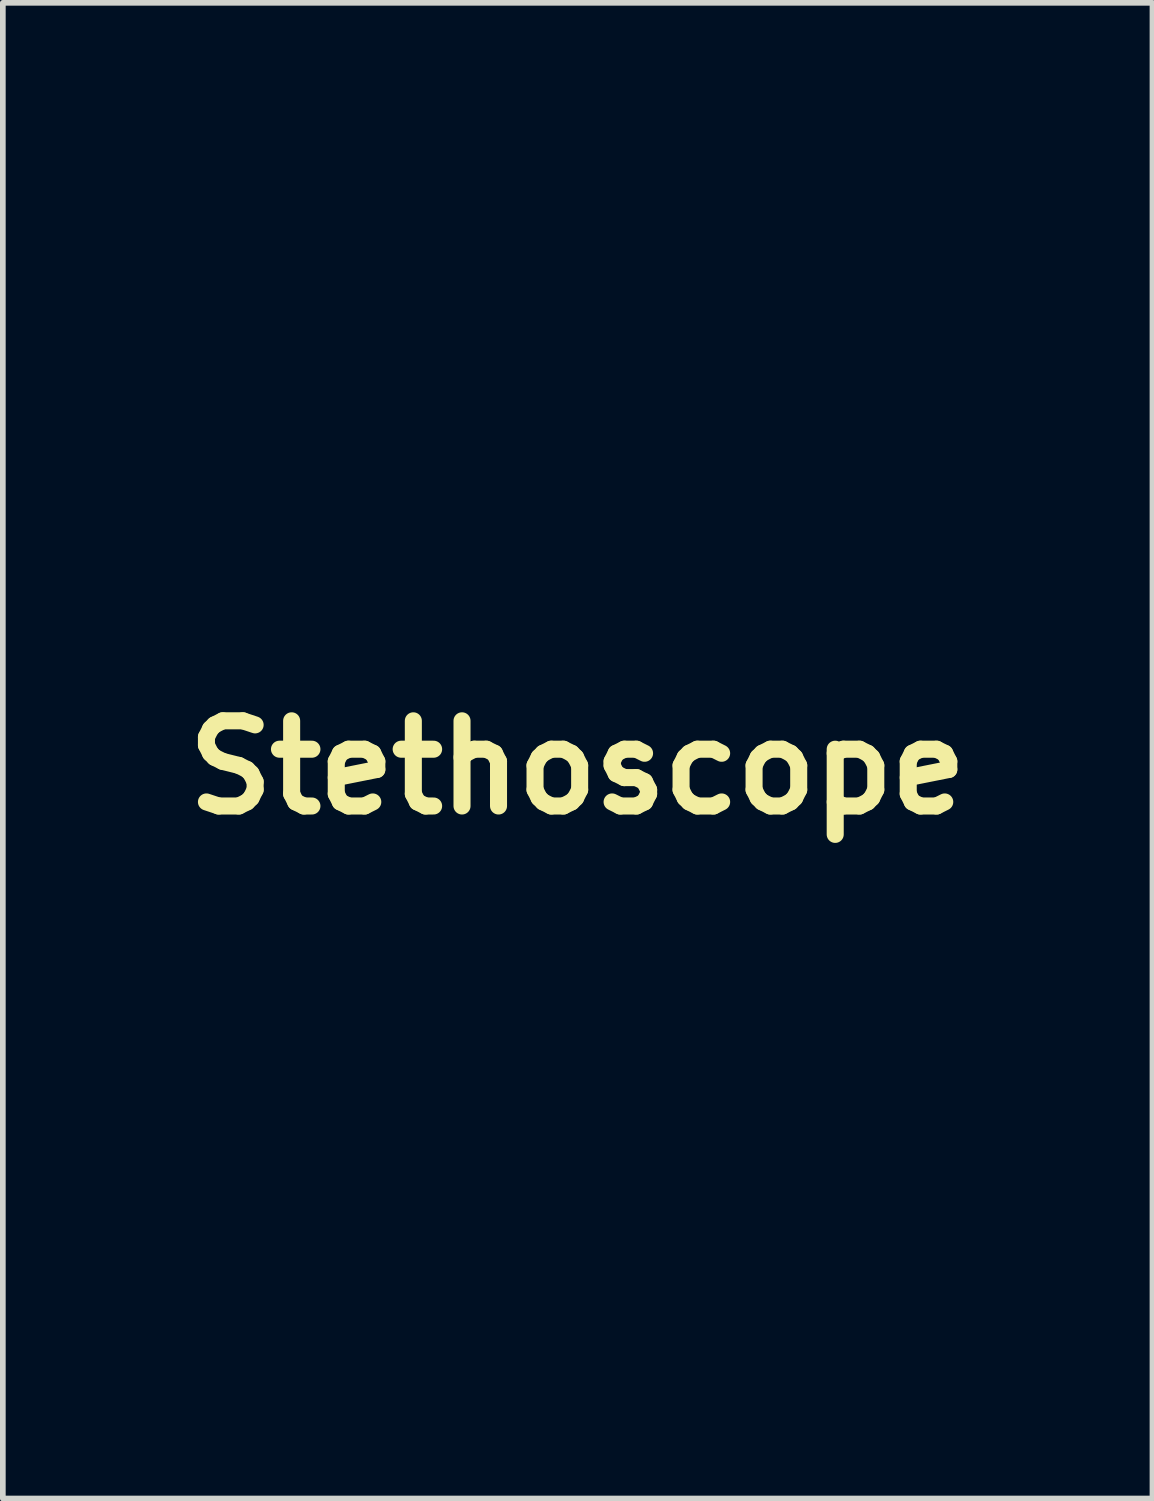
<source format=kicad_pcb>
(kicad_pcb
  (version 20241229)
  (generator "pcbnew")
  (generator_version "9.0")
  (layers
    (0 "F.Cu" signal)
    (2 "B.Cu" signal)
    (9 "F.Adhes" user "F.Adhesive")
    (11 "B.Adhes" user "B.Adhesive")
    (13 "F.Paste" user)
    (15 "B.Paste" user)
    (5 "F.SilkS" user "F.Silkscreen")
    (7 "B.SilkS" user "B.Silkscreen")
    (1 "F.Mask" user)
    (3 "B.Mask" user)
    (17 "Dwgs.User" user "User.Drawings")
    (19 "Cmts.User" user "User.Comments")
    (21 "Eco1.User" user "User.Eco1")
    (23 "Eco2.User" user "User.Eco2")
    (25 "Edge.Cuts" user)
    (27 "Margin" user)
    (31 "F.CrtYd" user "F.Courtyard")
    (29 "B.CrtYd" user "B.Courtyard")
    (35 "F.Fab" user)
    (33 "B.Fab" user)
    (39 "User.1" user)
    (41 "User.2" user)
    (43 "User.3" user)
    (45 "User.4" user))
  (footprint "Stethoscope"
    (layer "F.Cu")
    (at 7.121 10.464)
    (property "Reference" "Stethoscope" (at 0 0 0) (layer "F.SilkS") (effects (font (size 1.5 1.5) (thickness 0.3))))
    (attr board_only exclude_from_pos_files exclude_from_bom)
    (fp_poly (pts (xy 1.489 -10.449) (xy 1.596 -10.412) (xy 1.632 -10.396) (xy 1.751 -10.328) (xy 1.845 -10.25) (xy 1.929 -10.146) (xy 2.015 -10.003) (xy 2.061 -9.917) (xy 2.161 -9.703) (xy 2.249 -9.472) (xy 2.327 -9.214) (xy 2.398 -8.92) (xy 2.466 -8.578) (xy 2.528 -8.204) (xy 2.555 -8.032) (xy 2.582 -7.868) (xy 2.607 -7.733) (xy 2.624 -7.646) (xy 2.649 -7.527) (xy 2.68 -7.357) (xy 2.716 -7.153) (xy 2.755 -6.931) (xy 2.792 -6.704) (xy 2.826 -6.489) (xy 2.842 -6.383) (xy 2.867 -6.224) (xy 2.892 -6.115) (xy 2.921 -6.043) (xy 2.958 -5.992) (xy 2.971 -5.979) (xy 3.028 -5.912) (xy 3.054 -5.85) (xy 3.054 -5.848) (xy 3.057 -5.711) (xy 3.059 -5.529) (xy 3.06 -5.312) (xy 3.059 -5.069) (xy 3.057 -4.809) (xy 3.054 -4.542) (xy 3.05 -4.276) (xy 3.046 -4.021) (xy 3.041 -3.787) (xy 3.036 -3.581) (xy 3.03 -3.414) (xy 3.024 -3.295) (xy 3.018 -3.236) (xy 2.939 -2.894) (xy 2.823 -2.595) (xy 2.663 -2.321) (xy 2.45 -2.057) (xy 2.351 -1.953) (xy 2.058 -1.659) (xy 2.112 -1.363) (xy 2.13 -1.26) (xy 2.145 -1.165) (xy 2.159 -1.071) (xy 2.171 -0.968) (xy 2.182 -0.847) (xy 2.194 -0.702) (xy 2.206 -0.522) (xy 2.22 -0.299) (xy 2.237 -0.025) (xy 2.25 0.197) (xy 2.268 0.512) (xy 2.279 0.778) (xy 2.285 1.01) (xy 2.285 1.224) (xy 2.279 1.436) (xy 2.269 1.662) (xy 2.268 1.669) (xy 2.234 2.272) (xy 2.587 2.621) (xy 2.938 2.997) (xy 3.265 3.408) (xy 3.58 3.87) (xy 3.603 3.907) (xy 3.694 4.059) (xy 3.799 4.247) (xy 3.912 4.458) (xy 4.027 4.678) (xy 4.135 4.894) (xy 4.23 5.092) (xy 4.305 5.258) (xy 4.349 5.366) (xy 4.387 5.465) (xy 4.42 5.539) (xy 4.432 5.562) (xy 4.45 5.6) (xy 4.486 5.686) (xy 4.537 5.811) (xy 4.598 5.961) (xy 4.664 6.125) (xy 4.73 6.292) (xy 4.792 6.45) (xy 4.845 6.586) (xy 4.884 6.689) (xy 4.9 6.734) (xy 4.921 6.763) (xy 4.967 6.779) (xy 5.054 6.787) (xy 5.175 6.788) (xy 5.459 6.817) (xy 5.72 6.905) (xy 5.952 7.046) (xy 6.151 7.236) (xy 6.312 7.472) (xy 6.43 7.749) (xy 6.502 8.061) (xy 6.502 8.062) (xy 6.519 8.327) (xy 6.501 8.596) (xy 6.449 8.845) (xy 6.398 8.987) (xy 6.248 9.248) (xy 6.052 9.469) (xy 5.818 9.646) (xy 5.556 9.774) (xy 5.273 9.851) (xy 4.978 9.872) (xy 4.68 9.833) (xy 4.603 9.812) (xy 4.317 9.698) (xy 4.065 9.537) (xy 3.852 9.337) (xy 3.683 9.106) (xy 3.563 8.851) (xy 3.496 8.578) (xy 3.489 8.335) (xy 3.606 8.335) (xy 3.636 8.625) (xy 3.726 8.887) (xy 3.876 9.123) (xy 4.085 9.33) (xy 4.354 9.511) (xy 4.374 9.521) (xy 4.595 9.628) (xy 4.792 9.69) (xy 4.983 9.709) (xy 5.188 9.69) (xy 5.257 9.677) (xy 5.519 9.591) (xy 5.76 9.452) (xy 5.967 9.272) (xy 6.13 9.058) (xy 6.186 8.95) (xy 6.231 8.833) (xy 6.276 8.681) (xy 6.314 8.524) (xy 6.319 8.498) (xy 6.345 8.354) (xy 6.357 8.248) (xy 6.354 8.152) (xy 6.337 8.039) (xy 6.32 7.957) (xy 6.284 7.81) (xy 6.241 7.667) (xy 6.199 7.557) (xy 6.195 7.55) (xy 6.108 7.411) (xy 5.986 7.269) (xy 5.848 7.142) (xy 5.715 7.052) (xy 5.698 7.044) (xy 5.573 6.996) (xy 5.425 6.959) (xy 5.278 6.935) (xy 5.156 6.93) (xy 5.108 6.936) (xy 5.045 6.968) (xy 5.024 7.027) (xy 5.044 7.12) (xy 5.102 7.251) (xy 5.162 7.352) (xy 5.22 7.408) (xy 5.29 7.434) (xy 5.454 7.497) (xy 5.608 7.602) (xy 5.733 7.733) (xy 5.795 7.839) (xy 5.827 7.962) (xy 5.84 8.111) (xy 5.832 8.258) (xy 5.804 8.375) (xy 5.795 8.394) (xy 5.69 8.533) (xy 5.539 8.647) (xy 5.361 8.727) (xy 5.174 8.76) (xy 5.152 8.761) (xy 4.966 8.734) (xy 4.788 8.658) (xy 4.639 8.544) (xy 4.572 8.461) (xy 4.518 8.365) (xy 4.49 8.273) (xy 4.48 8.154) (xy 4.479 8.106) (xy 4.48 8.094) (xy 4.564 8.094) (xy 4.585 8.256) (xy 4.628 8.353) (xy 4.721 8.465) (xy 4.841 8.531) (xy 5 8.557) (xy 5.108 8.556) (xy 5.251 8.54) (xy 5.361 8.503) (xy 5.44 8.456) (xy 5.569 8.331) (xy 5.647 8.179) (xy 5.671 8.015) (xy 5.638 7.85) (xy 5.592 7.761) (xy 5.521 7.69) (xy 5.411 7.618) (xy 5.286 7.557) (xy 5.171 7.52) (xy 5.126 7.515) (xy 5.025 7.537) (xy 4.902 7.593) (xy 4.78 7.67) (xy 4.683 7.755) (xy 4.662 7.781) (xy 4.59 7.928) (xy 4.564 8.094) (xy 4.48 8.094) (xy 4.485 7.974) (xy 4.505 7.88) (xy 4.548 7.794) (xy 4.571 7.758) (xy 4.663 7.623) (xy 4.596 7.444) (xy 4.532 7.291) (xy 4.471 7.198) (xy 4.401 7.161) (xy 4.314 7.178) (xy 4.196 7.247) (xy 4.107 7.312) (xy 3.899 7.507) (xy 3.744 7.739) (xy 3.646 8.001) (xy 3.606 8.288) (xy 3.606 8.335) (xy 3.489 8.335) (xy 3.488 8.296) (xy 3.503 8.183) (xy 3.569 7.938) (xy 3.679 7.699) (xy 3.823 7.479) (xy 3.992 7.292) (xy 4.176 7.152) (xy 4.259 7.108) (xy 4.341 7.064) (xy 4.391 7.023) (xy 4.397 7.01) (xy 4.384 6.961) (xy 4.347 6.859) (xy 4.288 6.711) (xy 4.209 6.521) (xy 4.114 6.297) (xy 4.005 6.045) (xy 3.93 5.874) (xy 3.671 5.312) (xy 3.408 4.79) (xy 3.143 4.314) (xy 2.881 3.892) (xy 2.625 3.528) (xy 2.625 3.528) (xy 2.503 3.372) (xy 2.394 3.241) (xy 2.303 3.141) (xy 2.237 3.08) (xy 2.202 3.062) (xy 2.197 3.07) (xy 2.19 3.12) (xy 2.174 3.205) (xy 2.168 3.232) (xy 2.148 3.327) (xy 2.121 3.461) (xy 2.092 3.609) (xy 2.086 3.643) (xy 2.011 3.982) (xy 1.921 4.297) (xy 1.812 4.597) (xy 1.678 4.889) (xy 1.516 5.182) (xy 1.32 5.485) (xy 1.085 5.808) (xy 0.808 6.158) (xy 0.606 6.399) (xy 0.452 6.571) (xy 0.27 6.758) (xy 0.073 6.948) (xy -0.125 7.128) (xy -0.311 7.286) (xy -0.471 7.41) (xy -0.509 7.436) (xy -0.983 7.716) (xy -1.489 7.942) (xy -2.019 8.11) (xy -2.215 8.156) (xy -2.362 8.187) (xy -2.506 8.218) (xy -2.617 8.243) (xy -2.625 8.245) (xy -2.707 8.256) (xy -2.841 8.266) (xy -3.011 8.274) (xy -3.203 8.279) (xy -3.347 8.281) (xy -3.562 8.281) (xy -3.727 8.278) (xy -3.855 8.271) (xy -3.963 8.259) (xy -4.066 8.239) (xy -4.178 8.211) (xy -4.237 8.195) (xy -4.587 8.077) (xy -4.931 7.926) (xy -5.254 7.749) (xy -5.539 7.554) (xy -5.746 7.377) (xy -5.968 7.127) (xy -6.175 6.826) (xy -6.361 6.49) (xy -6.518 6.134) (xy -6.639 5.771) (xy -6.718 5.418) (xy -6.725 5.371) (xy -6.745 5.169) (xy -6.755 4.96) (xy -6.656 4.96) (xy -6.632 5.249) (xy -6.577 5.533) (xy -6.488 5.833) (xy -6.401 6.071) (xy -6.199 6.504) (xy -5.955 6.888) (xy -5.669 7.222) (xy -5.34 7.505) (xy -4.971 7.738) (xy -4.56 7.919) (xy -4.11 8.047) (xy -3.889 8.089) (xy -3.696 8.111) (xy -3.461 8.122) (xy -3.203 8.123) (xy -2.944 8.116) (xy -2.707 8.099) (xy -2.511 8.073) (xy -2.51 8.073) (xy -1.982 7.944) (xy -1.467 7.752) (xy -0.969 7.499) (xy -0.49 7.188) (xy -0.036 6.819) (xy 0.322 6.469) (xy 0.728 6.013) (xy 1.072 5.566) (xy 1.359 5.12) (xy 1.591 4.671) (xy 1.773 4.211) (xy 1.906 3.735) (xy 1.988 3.287) (xy 2.009 3.111) (xy 2.015 2.989) (xy 2.003 2.913) (xy 1.97 2.871) (xy 1.915 2.856) (xy 1.887 2.855) (xy 1.817 2.869) (xy 1.77 2.92) (xy 1.739 3.018) (xy 1.725 3.101) (xy 1.696 3.269) (xy 1.649 3.477) (xy 1.591 3.703) (xy 1.527 3.927) (xy 1.463 4.127) (xy 1.411 4.267) (xy 1.259 4.593) (xy 1.069 4.941) (xy 0.85 5.291) (xy 0.615 5.628) (xy 0.375 5.933) (xy 0.172 6.158) (xy -0.013 6.336) (xy -0.234 6.529) (xy -0.467 6.717) (xy -0.689 6.882) (xy -0.765 6.934) (xy -1.19 7.196) (xy -1.599 7.402) (xy -2.005 7.557) (xy -2.42 7.664) (xy -2.856 7.728) (xy -3.326 7.751) (xy -3.397 7.752) (xy -3.732 7.743) (xy -4.02 7.716) (xy -4.274 7.668) (xy -4.511 7.597) (xy -4.675 7.53) (xy -4.962 7.372) (xy -5.24 7.16) (xy -5.502 6.904) (xy -5.739 6.615) (xy -5.941 6.305) (xy -6.101 5.984) (xy -6.208 5.663) (xy -6.22 5.609) (xy -6.242 5.482) (xy -6.262 5.31) (xy -6.279 5.116) (xy -6.29 4.922) (xy -6.29 4.906) (xy -6.295 4.628) (xy -6.287 4.479) (xy -6.117 4.479) (xy -6.116 4.66) (xy -6.115 4.709) (xy -6.111 4.931) (xy -6.102 5.108) (xy -6.084 5.262) (xy -6.058 5.414) (xy -6.025 5.558) (xy -5.893 5.979) (xy -5.709 6.365) (xy -5.474 6.713) (xy -5.193 7.017) (xy -4.878 7.268) (xy -4.729 7.352) (xy -4.539 7.434) (xy -4.332 7.507) (xy -4.132 7.56) (xy -4.036 7.577) (xy -3.905 7.597) (xy -3.788 7.615) (xy -3.712 7.627) (xy -3.708 7.628) (xy -3.628 7.634) (xy -3.498 7.635) (xy -3.333 7.632) (xy -3.149 7.626) (xy -2.96 7.617) (xy -2.782 7.605) (xy -2.631 7.592) (xy -2.527 7.579) (xy -2.18 7.498) (xy -1.804 7.364) (xy -1.406 7.18) (xy -1.05 6.984) (xy -0.558 6.66) (xy -0.121 6.301) (xy 0.265 5.905) (xy 0.463 5.661) (xy 0.561 5.531) (xy 0.652 5.411) (xy 0.724 5.317) (xy 0.759 5.271) (xy 0.829 5.165) (xy 0.915 5.012) (xy 1.01 4.825) (xy 1.108 4.619) (xy 1.201 4.409) (xy 1.283 4.209) (xy 1.347 4.033) (xy 1.358 3.997) (xy 1.45 3.681) (xy 1.528 3.371) (xy 1.587 3.083) (xy 1.623 2.834) (xy 1.628 2.789) (xy 1.646 2.576) (xy 1.274 2.371) (xy 1.116 2.282) (xy 0.961 2.195) (xy 0.829 2.12) (xy 0.738 2.067) (xy 0.399 1.884) (xy 0.06 1.736) (xy -0.265 1.628) (xy -0.509 1.574) (xy -0.688 1.554) (xy -0.913 1.542) (xy -1.171 1.538) (xy -1.446 1.541) (xy -1.724 1.551) (xy -1.992 1.567) (xy -2.234 1.589) (xy -2.436 1.616) (xy -2.56 1.641) (xy -2.649 1.662) (xy -2.776 1.69) (xy -2.916 1.72) (xy -2.93 1.723) (xy -3.288 1.812) (xy -3.662 1.933) (xy -4.032 2.078) (xy -4.377 2.239) (xy -4.659 2.397) (xy -4.967 2.614) (xy -5.257 2.87) (xy -5.521 3.152) (xy -5.748 3.449) (xy -5.929 3.751) (xy -6.029 3.973) (xy -6.064 4.072) (xy -6.089 4.157) (xy -6.105 4.243) (xy -6.113 4.345) (xy -6.117 4.479) (xy -6.287 4.479) (xy -6.283 4.396) (xy -6.252 4.193) (xy -6.198 3.999) (xy -6.118 3.798) (xy -6.076 3.706) (xy -5.86 3.305) (xy -5.614 2.957) (xy -5.332 2.654) (xy -5.006 2.387) (xy -4.626 2.15) (xy -4.479 2.072) (xy -4.338 2.007) (xy -4.156 1.933) (xy -3.951 1.856) (xy -3.742 1.783) (xy -3.547 1.72) (xy -3.383 1.674) (xy -3.314 1.658) (xy -3.227 1.639) (xy -3.1 1.611) (xy -2.96 1.579) (xy -2.937 1.574) (xy -2.722 1.53) (xy -2.46 1.488) (xy -2.17 1.451) (xy -1.872 1.419) (xy -1.583 1.395) (xy -1.323 1.381) (xy -1.183 1.379) (xy -0.713 1.405) (xy -0.274 1.483) (xy 0.117 1.606) (xy 0.235 1.657) (xy 0.396 1.734) (xy 0.589 1.832) (xy 0.803 1.945) (xy 1.027 2.065) (xy 1.249 2.189) (xy 1.46 2.308) (xy 1.647 2.417) (xy 1.799 2.511) (xy 1.906 2.583) (xy 1.921 2.594) (xy 2.223 2.858) (xy 2.527 3.185) (xy 2.831 3.573) (xy 3.133 4.02) (xy 3.432 4.524) (xy 3.726 5.081) (xy 4.014 5.691) (xy 4.282 6.317) (xy 4.339 6.457) (xy 4.392 6.586) (xy 4.433 6.682) (xy 4.446 6.711) (xy 4.475 6.781) (xy 4.522 6.895) (xy 4.579 7.037) (xy 4.629 7.162) (xy 4.692 7.31) (xy 4.748 7.425) (xy 4.791 7.496) (xy 4.814 7.515) (xy 4.875 7.5) (xy 4.931 7.474) (xy 4.989 7.442) (xy 5.013 7.43) (xy 5.004 7.4) (xy 4.972 7.321) (xy 4.921 7.202) (xy 4.856 7.053) (xy 4.805 6.937) (xy 4.719 6.741) (xy 4.628 6.535) (xy 4.543 6.342) (xy 4.473 6.181) (xy 4.454 6.137) (xy 4.21 5.584) (xy 3.983 5.088) (xy 3.77 4.646) (xy 3.567 4.252) (xy 3.372 3.902) (xy 3.181 3.59) (xy 2.992 3.312) (xy 2.802 3.064) (xy 2.608 2.839) (xy 2.406 2.634) (xy 2.207 2.453) (xy 1.718 2.077) (xy 1.2 1.759) (xy 0.657 1.501) (xy 0.091 1.302) (xy -0.495 1.164) (xy -1.099 1.087) (xy -1.718 1.072) (xy -2.349 1.119) (xy -2.822 1.195) (xy -3.207 1.276) (xy -3.545 1.36) (xy -3.854 1.452) (xy -4.152 1.559) (xy -4.457 1.687) (xy -4.644 1.772) (xy -4.896 1.896) (xy -5.105 2.014) (xy -5.288 2.14) (xy -5.463 2.285) (xy -5.651 2.464) (xy -5.678 2.491) (xy -5.976 2.821) (xy -6.215 3.149) (xy -6.397 3.486) (xy -6.528 3.842) (xy -6.612 4.224) (xy -6.652 4.645) (xy -6.652 4.645) (xy -6.656 4.96) (xy -6.755 4.96) (xy -6.756 4.933) (xy -6.758 4.685) (xy -6.752 4.448) (xy -6.736 4.244) (xy -6.726 4.168) (xy -6.658 3.882) (xy -6.547 3.574) (xy -6.399 3.261) (xy -6.225 2.961) (xy -6.033 2.691) (xy -5.895 2.531) (xy -5.587 2.247) (xy -5.223 1.983) (xy -4.811 1.743) (xy -4.358 1.53) (xy -3.871 1.347) (xy -3.359 1.197) (xy -2.829 1.082) (xy -2.288 1.006) (xy -2.067 0.987) (xy -1.417 0.971) (xy -0.786 1.018) (xy -0.173 1.127) (xy 0.377 1.284) (xy 0.539 1.344) (xy 0.731 1.423) (xy 0.937 1.515) (xy 1.143 1.612) (xy 1.332 1.707) (xy 1.489 1.792) (xy 1.588 1.853) (xy 1.681 1.907) (xy 1.738 1.914) (xy 1.75 1.906) (xy 1.762 1.862) (xy 1.771 1.763) (xy 1.778 1.619) (xy 1.783 1.441) (xy 1.786 1.24) (xy 1.787 1.025) (xy 1.785 0.808) (xy 1.781 0.598) (xy 1.774 0.407) (xy 1.766 0.245) (xy 1.755 0.122) (xy 1.749 0.082) (xy 1.732 -0.033) (xy 1.71 -0.196) (xy 1.687 -0.387) (xy 1.665 -0.588) (xy 1.656 -0.673) (xy 1.635 -0.866) (xy 1.612 -1.05) (xy 1.589 -1.208) (xy 1.569 -1.325) (xy 1.561 -1.362) (xy 1.519 -1.526) (xy 1.306 -1.547) (xy 1.169 -1.57) (xy 1.02 -1.616) (xy 0.841 -1.689) (xy 0.748 -1.732) (xy 0.593 -1.807) (xy 0.454 -1.881) (xy 0.326 -1.959) (xy 0.204 -2.045) (xy 0.084 -2.145) (xy -0.041 -2.264) (xy -0.175 -2.407) (xy -0.323 -2.579) (xy -0.49 -2.785) (xy -0.68 -3.029) (xy -0.9 -3.318) (xy -1.114 -3.602) (xy -1.195 -3.706) (xy -1.262 -3.788) (xy -1.304 -3.834) (xy -1.313 -3.84) (xy -1.347 -3.859) (xy -1.414 -3.91) (xy -1.471 -3.957) (xy -1.567 -4.063) (xy -1.607 -4.159) (xy -1.509 -4.159) (xy -1.484 -4.128) (xy -1.42 -4.075) (xy -1.355 -4.028) (xy -1.248 -3.948) (xy -1.147 -3.863) (xy -1.106 -3.823) (xy -1.054 -3.763) (xy -0.973 -3.66) (xy -0.871 -3.528) (xy -0.758 -3.378) (xy -0.642 -3.222) (xy -0.533 -3.071) (xy -0.438 -2.938) (xy -0.369 -2.837) (xy -0.287 -2.728) (xy -0.169 -2.594) (xy -0.032 -2.449) (xy 0.109 -2.309) (xy 0.239 -2.191) (xy 0.314 -2.132) (xy 0.517 -2) (xy 0.745 -1.882) (xy 0.982 -1.784) (xy 1.21 -1.714) (xy 1.412 -1.677) (xy 1.485 -1.674) (xy 1.576 -1.664) (xy 1.626 -1.628) (xy 1.641 -1.6) (xy 1.656 -1.544) (xy 1.675 -1.435) (xy 1.698 -1.285) (xy 1.722 -1.107) (xy 1.742 -0.952) (xy 1.767 -0.741) (xy 1.792 -0.531) (xy 1.815 -0.34) (xy 1.833 -0.185) (xy 1.842 -0.115) (xy 1.85 -0.012) (xy 1.858 0.145) (xy 1.864 0.344) (xy 1.87 0.574) (xy 1.874 0.824) (xy 1.875 1.082) (xy 1.875 1.091) (xy 1.878 2.034) (xy 1.964 2.099) (xy 2.04 2.15) (xy 2.082 2.156) (xy 2.104 2.115) (xy 2.112 2.076) (xy 2.127 1.964) (xy 2.138 1.8) (xy 2.147 1.598) (xy 2.152 1.372) (xy 2.154 1.135) (xy 2.152 0.902) (xy 2.146 0.686) (xy 2.137 0.502) (xy 2.136 0.492) (xy 2.106 0.12) (xy 2.075 -0.244) (xy 2.043 -0.588) (xy 2.01 -0.902) (xy 1.979 -1.173) (xy 1.95 -1.392) (xy 1.948 -1.408) (xy 1.898 -1.749) (xy 2.04 -1.874) (xy 2.121 -1.942) (xy 2.181 -1.988) (xy 2.204 -2) (xy 2.232 -2.026) (xy 2.289 -2.092) (xy 2.365 -2.187) (xy 2.405 -2.24) (xy 2.565 -2.487) (xy 2.697 -2.769) (xy 2.805 -3.095) (xy 2.855 -3.296) (xy 2.876 -3.395) (xy 2.893 -3.484) (xy 2.905 -3.575) (xy 2.914 -3.677) (xy 2.919 -3.799) (xy 2.921 -3.951) (xy 2.921 -4.143) (xy 2.919 -4.385) (xy 2.917 -4.576) (xy 2.915 -4.827) (xy 2.914 -5.063) (xy 2.916 -5.274) (xy 2.919 -5.45) (xy 2.924 -5.582) (xy 2.93 -5.66) (xy 2.932 -5.667) (xy 2.941 -5.758) (xy 2.92 -5.816) (xy 2.86 -5.847) (xy 2.753 -5.854) (xy 2.609 -5.845) (xy 2.379 -5.825) (xy 2.382 -5.709) (xy 2.404 -5.603) (xy 2.456 -5.488) (xy 2.471 -5.463) (xy 2.531 -5.36) (xy 2.578 -5.245) (xy 2.614 -5.11) (xy 2.64 -4.945) (xy 2.658 -4.744) (xy 2.668 -4.495) (xy 2.672 -4.192) (xy 2.673 -4.118) (xy 2.673 -3.876) (xy 2.672 -3.689) (xy 2.669 -3.547) (xy 2.663 -3.439) (xy 2.653 -3.355) (xy 2.639 -3.284) (xy 2.618 -3.216) (xy 2.59 -3.14) (xy 2.585 -3.127) (xy 2.481 -2.866) (xy 2.381 -2.659) (xy 2.278 -2.497) (xy 2.165 -2.368) (xy 2.035 -2.263) (xy 1.896 -2.179) (xy 1.783 -2.121) (xy 1.696 -2.084) (xy 1.612 -2.063) (xy 1.511 -2.054) (xy 1.371 -2.052) (xy 1.328 -2.051) (xy 1.173 -2.053) (xy 1.061 -2.06) (xy 0.971 -2.078) (xy 0.882 -2.111) (xy 0.774 -2.162) (xy 0.662 -2.224) (xy 0.547 -2.304) (xy 0.418 -2.41) (xy 0.262 -2.552) (xy 0.155 -2.654) (xy -0.109 -2.922) (xy -0.327 -3.167) (xy -0.507 -3.403) (xy -0.66 -3.642) (xy -0.77 -3.844) (xy -0.843 -3.993) (xy -0.887 -4.1) (xy -0.908 -4.181) (xy -0.911 -4.251) (xy -0.908 -4.278) (xy -0.9 -4.397) (xy -0.919 -4.468) (xy -0.97 -4.492) (xy -1.06 -4.472) (xy -1.195 -4.411) (xy -1.231 -4.392) (xy -1.386 -4.3) (xy -1.479 -4.222) (xy -1.509 -4.159) (xy -1.607 -4.159) (xy -1.61 -4.166) (xy -1.596 -4.256) (xy -1.571 -4.29) (xy -1.561 -4.326) (xy -1.586 -4.389) (xy -1.648 -4.488) (xy -1.681 -4.535) (xy -1.81 -4.718) (xy -1.916 -4.871) (xy -2.009 -5.008) (xy -2.097 -5.145) (xy -2.192 -5.296) (xy -2.301 -5.476) (xy -2.418 -5.67) (xy -2.657 -6.062) (xy -2.869 -6.4) (xy -3.059 -6.688) (xy -3.228 -6.932) (xy -3.258 -6.974) (xy -3.407 -7.195) (xy -3.549 -7.438) (xy -3.666 -7.673) (xy -3.702 -7.758) (xy -3.763 -7.972) (xy -3.764 -8.134) (xy -3.674 -8.134) (xy -3.669 -8.008) (xy -3.633 -7.866) (xy -3.565 -7.7) (xy -3.461 -7.505) (xy -3.32 -7.274) (xy -3.139 -6.999) (xy -3.133 -6.99) (xy -2.917 -6.669) (xy -2.736 -6.401) (xy -2.592 -6.185) (xy -2.484 -6.021) (xy -2.41 -5.907) (xy -2.37 -5.843) (xy -2.363 -5.828) (xy -2.345 -5.796) (xy -2.297 -5.719) (xy -2.225 -5.607) (xy -2.135 -5.469) (xy -2.033 -5.315) (xy -1.925 -5.154) (xy -1.819 -4.996) (xy -1.72 -4.85) (xy -1.634 -4.726) (xy -1.569 -4.632) (xy -1.534 -4.584) (xy -1.453 -4.505) (xy -1.376 -4.469) (xy -1.316 -4.48) (xy -1.287 -4.533) (xy -1.287 -4.549) (xy -1.293 -4.572) (xy -1.309 -4.607) (xy -1.336 -4.657) (xy -1.378 -4.727) (xy -1.437 -4.821) (xy -1.516 -4.943) (xy -1.617 -5.097) (xy -1.742 -5.287) (xy -1.895 -5.517) (xy -2.078 -5.791) (xy -2.294 -6.114) (xy -2.425 -6.309) (xy -2.624 -6.607) (xy -2.789 -6.855) (xy -2.925 -7.062) (xy -3.034 -7.232) (xy -3.121 -7.372) (xy -3.189 -7.487) (xy -3.241 -7.584) (xy -3.282 -7.669) (xy -3.314 -7.747) (xy -3.341 -7.824) (xy -3.349 -7.849) (xy -3.393 -8.021) (xy -3.397 -8.164) (xy -3.361 -8.3) (xy -3.324 -8.38) (xy -3.243 -8.504) (xy -3.129 -8.631) (xy -3.002 -8.744) (xy -2.884 -8.822) (xy -2.866 -8.83) (xy -2.759 -8.895) (xy -2.705 -8.969) (xy -2.709 -9.046) (xy -2.737 -9.085) (xy -2.777 -9.116) (xy -2.82 -9.116) (xy -2.891 -9.083) (xy -2.905 -9.076) (xy -2.995 -9.013) (xy -3.112 -8.913) (xy -3.242 -8.789) (xy -3.37 -8.655) (xy -3.485 -8.526) (xy -3.571 -8.414) (xy -3.602 -8.365) (xy -3.651 -8.251) (xy -3.674 -8.134) (xy -3.764 -8.134) (xy -3.764 -8.176) (xy -3.706 -8.377) (xy -3.587 -8.579) (xy -3.405 -8.786) (xy -3.39 -8.8) (xy -3.298 -8.885) (xy -3.19 -8.977) (xy -3.078 -9.067) (xy -2.976 -9.145) (xy -2.897 -9.199) (xy -2.853 -9.221) (xy -2.852 -9.221) (xy -2.831 -9.25) (xy -2.812 -9.315) (xy -2.809 -9.322) (xy -2.724 -9.322) (xy -2.702 -9.282) (xy -2.649 -9.218) (xy -2.625 -9.194) (xy -2.545 -9.08) (xy -2.527 -8.997) (xy -2.515 -8.922) (xy -2.486 -8.882) (xy -2.404 -8.865) (xy -2.327 -8.888) (xy -2.241 -8.958) (xy -2.166 -9.043) (xy -2.05 -9.201) (xy -1.988 -9.327) (xy -1.981 -9.423) (xy -2.005 -9.471) (xy -2.043 -9.501) (xy -2.106 -9.513) (xy -2.209 -9.51) (xy -2.254 -9.506) (xy -2.379 -9.485) (xy -2.505 -9.45) (xy -2.615 -9.407) (xy -2.694 -9.362) (xy -2.724 -9.322) (xy -2.724 -9.322) (xy -2.809 -9.322) (xy -2.782 -9.39) (xy -2.719 -9.452) (xy -2.614 -9.506) (xy -2.458 -9.559) (xy -2.363 -9.584) (xy -2.164 -9.625) (xy -2.017 -9.628) (xy -1.916 -9.592) (xy -1.858 -9.516) (xy -1.838 -9.398) (xy -1.838 -9.388) (xy -1.859 -9.289) (xy -1.915 -9.163) (xy -1.994 -9.027) (xy -2.086 -8.901) (xy -2.179 -8.804) (xy -2.193 -8.793) (xy -2.305 -8.742) (xy -2.442 -8.733) (xy -2.572 -8.766) (xy -2.623 -8.782) (xy -2.674 -8.773) (xy -2.741 -8.733) (xy -2.816 -8.676) (xy -2.931 -8.573) (xy -3.046 -8.451) (xy -3.1 -8.385) (xy -3.168 -8.288) (xy -3.203 -8.214) (xy -3.214 -8.133) (xy -3.21 -8.023) (xy -3.176 -7.84) (xy -3.098 -7.633) (xy -2.986 -7.42) (xy -2.919 -7.319) (xy -2.89 -7.275) (xy -2.828 -7.183) (xy -2.738 -7.047) (xy -2.623 -6.874) (xy -2.487 -6.669) (xy -2.333 -6.437) (xy -2.167 -6.186) (xy -1.991 -5.92) (xy -1.99 -5.918) (xy -1.118 -4.6) (xy -0.991 -4.617) (xy -0.876 -4.616) (xy -0.802 -4.571) (xy -0.764 -4.477) (xy -0.755 -4.359) (xy -0.73 -4.201) (xy -0.66 -4.011) (xy -0.551 -3.798) (xy -0.41 -3.57) (xy -0.244 -3.335) (xy -0.059 -3.102) (xy 0.137 -2.878) (xy 0.339 -2.673) (xy 0.54 -2.494) (xy 0.732 -2.35) (xy 0.91 -2.249) (xy 0.949 -2.233) (xy 1.165 -2.179) (xy 1.403 -2.175) (xy 1.644 -2.215) (xy 1.87 -2.297) (xy 2.054 -2.413) (xy 2.176 -2.544) (xy 2.294 -2.73) (xy 2.403 -2.96) (xy 2.496 -3.225) (xy 2.508 -3.264) (xy 2.563 -3.52) (xy 2.59 -3.811) (xy 2.589 -4.144) (xy 2.56 -4.526) (xy 2.53 -4.777) (xy 2.502 -4.974) (xy 2.476 -5.121) (xy 2.448 -5.232) (xy 2.415 -5.323) (xy 2.373 -5.408) (xy 2.366 -5.42) (xy 2.288 -5.593) (xy 2.264 -5.735) (xy 2.297 -5.844) (xy 2.347 -5.896) (xy 2.431 -5.957) (xy 2.348 -6.587) (xy 2.295 -6.969) (xy 2.233 -7.355) (xy 2.166 -7.736) (xy 2.095 -8.104) (xy 2.021 -8.452) (xy 1.946 -8.771) (xy 1.873 -9.053) (xy 1.802 -9.29) (xy 1.737 -9.473) (xy 1.706 -9.542) (xy 1.667 -9.629) (xy 1.644 -9.691) (xy 1.641 -9.704) (xy 1.62 -9.744) (xy 1.57 -9.807) (xy 1.557 -9.821) (xy 1.494 -9.877) (xy 1.422 -9.903) (xy 1.315 -9.911) (xy 1.304 -9.911) (xy 1.193 -9.904) (xy 1.044 -9.888) (xy 0.884 -9.864) (xy 0.831 -9.854) (xy 0.687 -9.826) (xy 0.594 -9.802) (xy 0.539 -9.776) (xy 0.507 -9.743) (xy 0.49 -9.709) (xy 0.446 -9.642) (xy 0.37 -9.595) (xy 0.255 -9.566) (xy 0.09 -9.552) (xy -0.053 -9.55) (xy -0.242 -9.555) (xy -0.378 -9.573) (xy -0.471 -9.607) (xy -0.534 -9.661) (xy -0.56 -9.701) (xy -0.574 -9.74) (xy -0.457 -9.74) (xy -0.418 -9.701) (xy -0.37 -9.694) (xy -0.272 -9.69) (xy -0.14 -9.689) (xy -0.04 -9.69) (xy 0.125 -9.696) (xy 0.234 -9.706) (xy 0.299 -9.723) (xy 0.329 -9.747) (xy 0.356 -9.836) (xy 0.359 -9.958) (xy 0.343 -10.06) (xy 0.525 -10.06) (xy 0.526 -10.002) (xy 0.538 -9.966) (xy 0.57 -9.95) (xy 0.634 -9.951) (xy 0.742 -9.968) (xy 0.891 -9.996) (xy 1.153 -10.032) (xy 1.361 -10.031) (xy 1.517 -9.992) (xy 1.596 -9.941) (xy 1.651 -9.872) (xy 1.72 -9.757) (xy 1.796 -9.615) (xy 1.87 -9.46) (xy 1.933 -9.31) (xy 1.967 -9.215) (xy 2 -9.095) (xy 2.042 -8.92) (xy 2.09 -8.701) (xy 2.142 -8.446) (xy 2.197 -8.168) (xy 2.252 -7.875) (xy 2.306 -7.577) (xy 2.357 -7.285) (xy 2.402 -7.008) (xy 2.44 -6.757) (xy 2.447 -6.711) (xy 2.484 -6.458) (xy 2.517 -6.266) (xy 2.547 -6.128) (xy 2.576 -6.039) (xy 2.606 -5.993) (xy 2.639 -5.985) (xy 2.677 -6.01) (xy 2.679 -6.013) (xy 2.697 -6.046) (xy 2.703 -6.105) (xy 2.697 -6.203) (xy 2.68 -6.35) (xy 2.673 -6.399) (xy 2.66 -6.497) (xy 2.645 -6.598) (xy 2.629 -6.708) (xy 2.609 -6.836) (xy 2.585 -6.987) (xy 2.555 -7.17) (xy 2.519 -7.391) (xy 2.475 -7.657) (xy 2.422 -7.975) (xy 2.376 -8.253) (xy 2.308 -8.62) (xy 2.228 -8.968) (xy 2.138 -9.29) (xy 2.042 -9.579) (xy 1.943 -9.826) (xy 1.842 -10.025) (xy 1.742 -10.167) (xy 1.721 -10.189) (xy 1.61 -10.281) (xy 1.492 -10.335) (xy 1.351 -10.355) (xy 1.174 -10.342) (xy 1.044 -10.321) (xy 0.848 -10.281) (xy 0.708 -10.246) (xy 0.614 -10.211) (xy 0.559 -10.172) (xy 0.532 -10.123) (xy 0.525 -10.06) (xy 0.525 -10.06) (xy 0.343 -10.06) (xy 0.339 -10.086) (xy 0.299 -10.193) (xy 0.296 -10.198) (xy 0.229 -10.277) (xy 0.151 -10.31) (xy 0.057 -10.293) (xy -0.061 -10.225) (xy -0.206 -10.106) (xy -0.287 -10.03) (xy -0.394 -9.912) (xy -0.452 -9.813) (xy -0.457 -9.74) (xy -0.574 -9.74) (xy -0.582 -9.762) (xy -0.573 -9.824) (xy -0.539 -9.897) (xy -0.458 -10.009) (xy -0.338 -10.131) (xy -0.197 -10.247) (xy -0.056 -10.34) (xy 0.034 -10.383) (xy 0.161 -10.417) (xy 0.269 -10.404) (xy 0.383 -10.342) (xy 0.398 -10.332) (xy 0.436 -10.318) (xy 0.501 -10.318) (xy 0.602 -10.333) (xy 0.751 -10.364) (xy 0.825 -10.381) (xy 1.052 -10.43) (xy 1.229 -10.458) (xy 1.371 -10.464)) (stroke (width 0) (type solid)) (fill yes) (layer "F.Mask")))
  (gr_rect
    (start -3 -3)
    (end 17.243 23.336)
    (stroke (width 0.1) (type default))
    (fill no)
    (layer "Edge.Cuts")))
</source>
